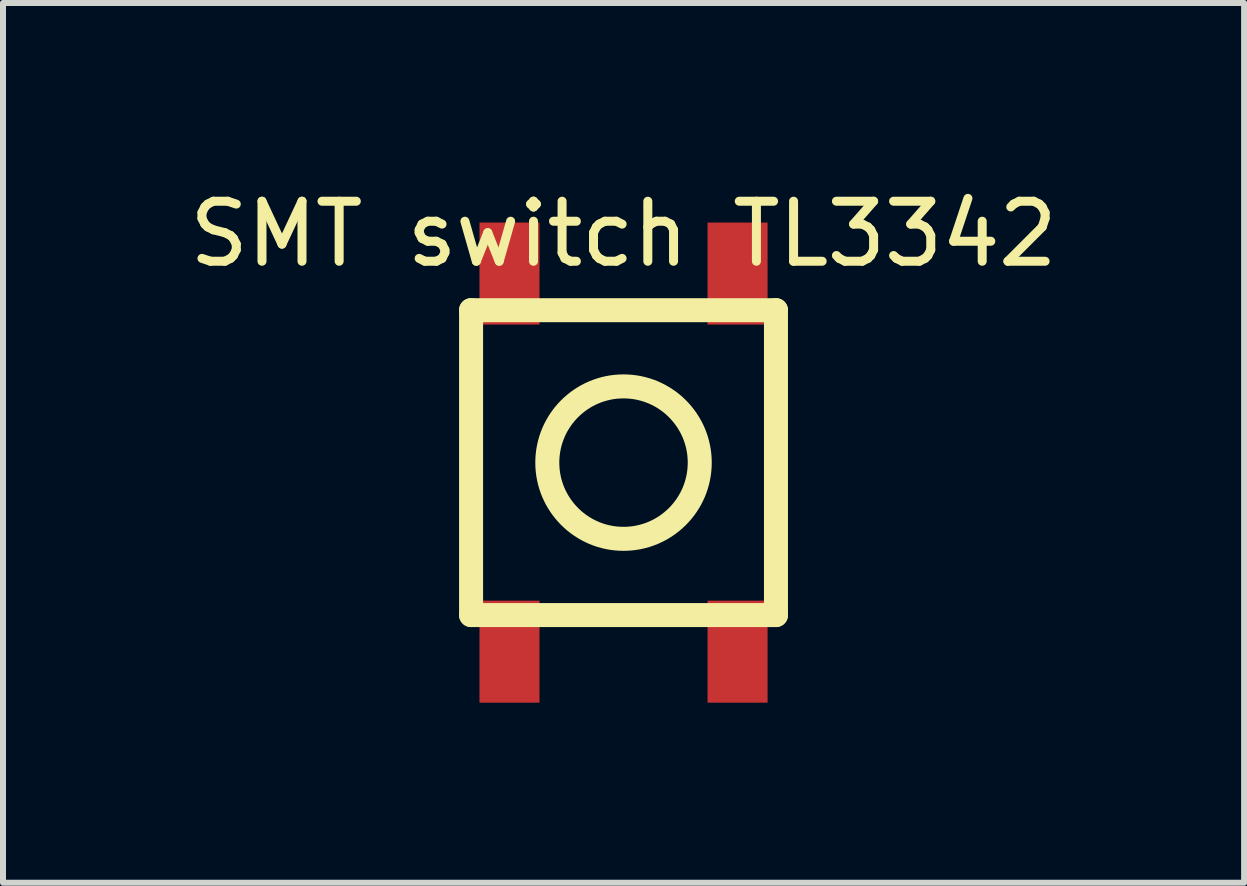
<source format=kicad_pcb>
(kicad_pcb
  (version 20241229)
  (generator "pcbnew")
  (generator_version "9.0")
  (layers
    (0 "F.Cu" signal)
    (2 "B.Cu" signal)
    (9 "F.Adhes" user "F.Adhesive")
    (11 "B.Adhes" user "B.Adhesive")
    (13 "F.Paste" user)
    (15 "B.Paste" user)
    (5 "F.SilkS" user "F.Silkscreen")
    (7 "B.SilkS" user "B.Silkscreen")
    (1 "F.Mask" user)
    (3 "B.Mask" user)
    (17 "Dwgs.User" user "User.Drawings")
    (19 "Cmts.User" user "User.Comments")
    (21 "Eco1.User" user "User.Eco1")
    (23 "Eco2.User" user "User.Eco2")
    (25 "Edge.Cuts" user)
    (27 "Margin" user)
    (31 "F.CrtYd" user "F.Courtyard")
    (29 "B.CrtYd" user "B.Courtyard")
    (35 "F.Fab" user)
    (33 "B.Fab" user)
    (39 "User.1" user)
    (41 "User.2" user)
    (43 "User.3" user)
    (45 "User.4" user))
  (footprint "SMT switch TL3342"
    (layer "F.Cu")
    (at 7.339 4.658)
    (property "Reference" "SMT switch TL3342" (at 0 -3.81 0) (layer "F.SilkS") (effects (font (size 1 1) (thickness 0.15))))
    (attr through_hole)
    (fp_line (start -2.54 -2.54) (end -2.54 2.54) (stroke (width 0.4) (type solid)) (layer "F.SilkS"))
    (fp_line (start -2.54 2.54) (end 2.54 2.54) (stroke (width 0.4) (type solid)) (layer "F.SilkS"))
    (fp_line (start 2.54 -2.54) (end -2.54 -2.54) (stroke (width 0.4) (type solid)) (layer "F.SilkS"))
    (fp_line (start 2.54 2.54) (end 2.54 -2.54) (stroke (width 0.4) (type solid)) (layer "F.SilkS"))
    (fp_circle (center 0 0) (end 0 1.27) (stroke (width 0.4) (type solid)) (fill no) (layer "F.SilkS"))
    (pad "1" smd rect (at 1.9 3.15) (size 1 1.7) (layers "F.Cu" "F.Mask" "F.Paste"))
    (pad "2" smd rect (at -1.9 3.15) (size 1 1.7) (layers "F.Cu" "F.Mask" "F.Paste"))
    (pad "3" smd rect (at 1.9 -3.15) (size 1 1.7) (layers "F.Cu" "F.Mask" "F.Paste"))
    (pad "4" smd rect (at -1.9 -3.15) (size 1 1.7) (layers "F.Cu" "F.Mask" "F.Paste")))
  (gr_rect
    (start -3 -3)
    (end 17.679 11.658)
    (stroke (width 0.1) (type default))
    (fill no)
    (layer "Edge.Cuts")))
</source>
